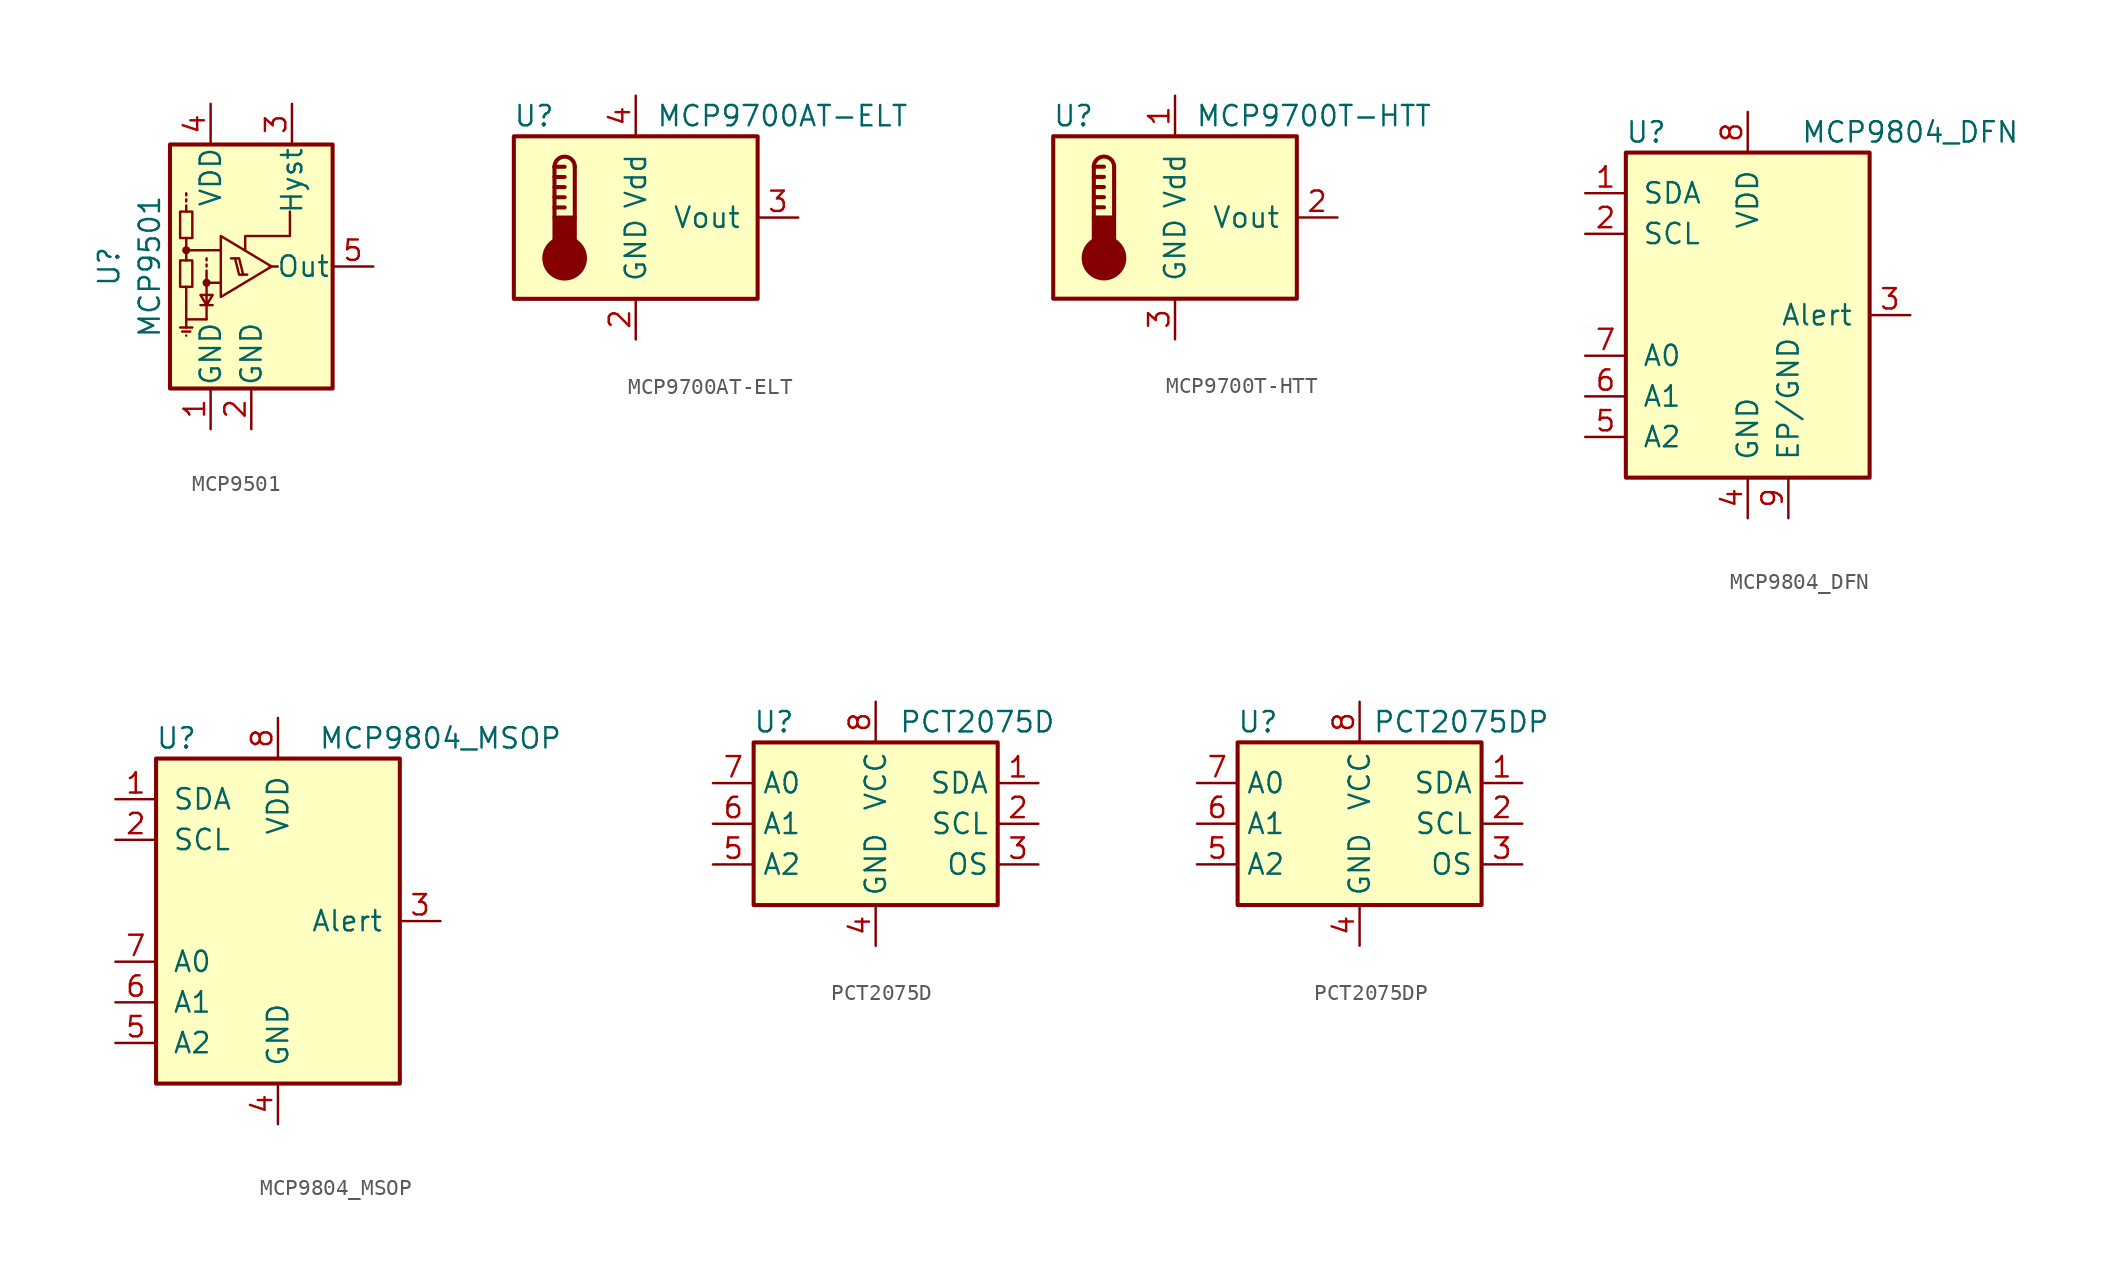
<source format=kicad_sym>
(kicad_symbol_lib
  (version 20201005)
  (generator kicad_symbol_editor)
  (symbol "MCP9501"
    (pin_names
      (offset 0.127))
    (property "Reference" "U"
      (at -6.35 0 90)
      (effects (font (size 1.27 1.27))))
    (property "Value" "MCP9501"
      (at -3.81 0 90)
      (effects (font (size 1.27 1.27))))
    (symbol "MCP9501_0_1"
      (circle (center -1.524 1.016) (radius 0.178) (stroke (width 0)) (fill (type outline)))
      (circle (center -0.254 -1.016) (radius 0.178) (stroke (width 0)) (fill (type outline)))
      (rectangle (start -2.54 7.62) (end 7.62 -7.62) (stroke (width 0.254)) (fill (type background)))
      (rectangle (start -1.905 0.381) (end -1.143 -1.27) (stroke (width 0)) (fill (type none)))
      (rectangle (start -1.905 3.429) (end -1.143 1.778) (stroke (width 0)) (fill (type none)))
      (polyline (pts (xy -1.905 -3.81) (xy -1.143 -3.81)) (stroke (width 0)) (fill (type none)))
      (polyline (pts (xy -1.778 -4.064) (xy -1.27 -4.064)) (stroke (width 0)) (fill (type none)))
      (polyline (pts (xy -1.524 -4.318) (xy -1.524 -4.318)) (stroke (width 0)) (fill (type none)))
      (polyline (pts (xy -1.524 -3.302) (xy -1.524 -3.81)) (stroke (width 0)) (fill (type none)))
      (polyline (pts (xy -1.524 1.016) (xy -1.524 0.381)) (stroke (width 0)) (fill (type none)))
      (polyline (pts (xy -1.524 3.429) (xy -1.524 3.81)) (stroke (width 0)) (fill (type none)))
      (polyline (pts (xy -1.524 4.064) (xy -1.524 4.191)) (stroke (width 0)) (fill (type none)))
      (polyline (pts (xy -1.524 4.445) (xy -1.524 4.572)) (stroke (width 0)) (fill (type none)))
      (polyline (pts (xy -0.635 -2.413) (xy 0.127 -2.413)) (stroke (width 0)) (fill (type none)))
      (polyline (pts (xy -0.254 0) (xy -0.254 0.127)) (stroke (width 0)) (fill (type none)))
      (polyline (pts (xy -0.254 0.381) (xy -0.254 0.508)) (stroke (width 0)) (fill (type none)))
      (polyline (pts (xy 3.683 0) (xy 4.191 0)) (stroke (width 0)) (fill (type none)))
      (polyline (pts (xy -1.524 -1.27) (xy -1.524 -3.302) (xy -0.254 -3.302)) (stroke (width 0)) (fill (type none)))
      (polyline (pts (xy -0.254 -1.016) (xy -0.254 -0.381) (xy -0.254 -0.254)) (stroke (width 0)) (fill (type none)))
      (polyline (pts (xy 0.635 -1.016) (xy -0.254 -1.016) (xy -0.254 -3.302)) (stroke (width 0)) (fill (type none)))
      (polyline (pts (xy 0.635 1.016) (xy -1.524 1.016) (xy -1.524 1.778)) (stroke (width 0)) (fill (type none)))
      (polyline (pts (xy 1.524 0.508) (xy 1.778 -0.508) (xy 2.032 -0.508)) (stroke (width 0)) (fill (type none)))
      (polyline (pts (xy 0.127 -1.778) (xy -0.635 -1.778) (xy -0.254 -2.413) (xy 0.127 -1.778)) (stroke (width 0)) (fill (type none)))
      (polyline (pts (xy 1.27 0.508) (xy 1.778 0.508) (xy 2.032 -0.508) (xy 2.286 -0.508)) (stroke (width 0)) (fill (type none)))
      (polyline (pts (xy 3.81 0) (xy 0.635 1.905) (xy 0.635 -1.905) (xy 3.81 0)) (stroke (width 0)) (fill (type none)))
      (polyline (pts (xy 4.953 3.429) (xy 4.953 1.905) (xy 2.159 1.905) (xy 2.159 1.016)) (stroke (width 0)) (fill (type none))))
    (symbol "MCP9501_1_1"
      (pin power_in line (at 0 -10.16 90) (length 2.54) (name "GND" (effects (font (size 1.27 1.27)))) (number "1" (effects (font (size 1.27 1.27)))))
      (pin power_in line (at 2.54 -10.16 90) (length 2.54) (name "GND" (effects (font (size 1.27 1.27)))) (number "2" (effects (font (size 1.27 1.27)))))
      (pin input line (at 5.08 10.16 270) (length 2.54) (name "Hyst" (effects (font (size 1.27 1.27)))) (number "3" (effects (font (size 1.27 1.27)))))
      (pin power_in line (at 0 10.16 270) (length 2.54) (name "VDD" (effects (font (size 1.27 1.27)))) (number "4" (effects (font (size 1.27 1.27)))))
      (pin open_collector line (at 10.16 0 180) (length 2.54) (name "Out" (effects (font (size 1.27 1.27)))) (number "5" (effects (font (size 1.27 1.27)))))))
  (symbol "MCP9700AT-ELT"
    (pin_names
      (offset 1.016))
    (property "Reference" "U"
      (at -6.35 6.35 0)
      (effects (font (size 1.27 1.27))))
    (property "Value" "MCP9700AT-ELT"
      (at 1.27 6.35 0)
      (effects (font (size 1.27 1.27)) (justify left)))
    (symbol "MCP9700AT-ELT_0_1"
      (arc (start -3.81 3.175) (end -5.08 3.175) (radius (at -4.445 3.175) (length 0.635) (angles 0.1 179.9)) (stroke (width 0.254)) (fill (type none)))
      (circle (center -4.445 -2.54) (radius 1.27) (stroke (width 0.254)) (fill (type outline)))
      (rectangle (start -7.62 5.08) (end 7.62 -5.08) (stroke (width 0.254)) (fill (type background)))
      (rectangle (start -3.81 -1.905) (end -5.08 0) (stroke (width 0.254)) (fill (type outline)))
      (polyline (pts (xy -5.08 0.635) (xy -4.445 0.635)) (stroke (width 0.254)) (fill (type none)))
      (polyline (pts (xy -5.08 1.27) (xy -4.445 1.27)) (stroke (width 0.254)) (fill (type none)))
      (polyline (pts (xy -5.08 1.905) (xy -4.445 1.905)) (stroke (width 0.254)) (fill (type none)))
      (polyline (pts (xy -5.08 2.54) (xy -4.445 2.54)) (stroke (width 0.254)) (fill (type none)))
      (polyline (pts (xy -5.08 3.175) (xy -5.08 0)) (stroke (width 0.254)) (fill (type none)))
      (polyline (pts (xy -5.08 3.175) (xy -4.445 3.175)) (stroke (width 0.254)) (fill (type none)))
      (polyline (pts (xy -3.81 3.175) (xy -3.81 0)) (stroke (width 0.254)) (fill (type none))))
    (symbol "MCP9700AT-ELT_1_1"
      (pin no_connect line (at 10.16 -2.54 180) (length 2.54) hide (name "NC" (effects (font (size 1.27 1.27)))) (number "1" (effects (font (size 1.27 1.27)))))
      (pin power_in line (at 0 -7.62 90) (length 2.54) (name "GND" (effects (font (size 1.27 1.27)))) (number "2" (effects (font (size 1.27 1.27)))))
      (pin output line (at 10.16 0 180) (length 2.54) (name "Vout" (effects (font (size 1.27 1.27)))) (number "3" (effects (font (size 1.27 1.27)))))
      (pin power_in line (at 0 7.62 270) (length 2.54) (name "Vdd" (effects (font (size 1.27 1.27)))) (number "4" (effects (font (size 1.27 1.27)))))
      (pin no_connect line (at 10.16 2.54 180) (length 2.54) hide (name "NC" (effects (font (size 1.27 1.27)))) (number "5" (effects (font (size 1.27 1.27)))))))
  (symbol "MCP9700T-HTT"
    (pin_names
      (offset 1.016))
    (property "Reference" "U"
      (at -6.35 6.35 0)
      (effects (font (size 1.27 1.27))))
    (property "Value" "MCP9700T-HTT"
      (at 1.27 6.35 0)
      (effects (font (size 1.27 1.27)) (justify left)))
    (symbol "MCP9700T-HTT_0_1"
      (arc (start -3.81 3.175) (end -5.08 3.175) (radius (at -4.445 3.175) (length 0.635) (angles 0.1 179.9)) (stroke (width 0.254)) (fill (type none)))
      (circle (center -4.445 -2.54) (radius 1.27) (stroke (width 0.254)) (fill (type outline)))
      (rectangle (start -7.62 5.08) (end 7.62 -5.08) (stroke (width 0.254)) (fill (type background)))
      (rectangle (start -3.81 -1.905) (end -5.08 0) (stroke (width 0.254)) (fill (type outline)))
      (polyline (pts (xy -5.08 0.635) (xy -4.445 0.635)) (stroke (width 0.254)) (fill (type none)))
      (polyline (pts (xy -5.08 1.27) (xy -4.445 1.27)) (stroke (width 0.254)) (fill (type none)))
      (polyline (pts (xy -5.08 1.905) (xy -4.445 1.905)) (stroke (width 0.254)) (fill (type none)))
      (polyline (pts (xy -5.08 2.54) (xy -4.445 2.54)) (stroke (width 0.254)) (fill (type none)))
      (polyline (pts (xy -5.08 3.175) (xy -5.08 0)) (stroke (width 0.254)) (fill (type none)))
      (polyline (pts (xy -5.08 3.175) (xy -4.445 3.175)) (stroke (width 0.254)) (fill (type none)))
      (polyline (pts (xy -3.81 3.175) (xy -3.81 0)) (stroke (width 0.254)) (fill (type none))))
    (symbol "MCP9700T-HTT_1_1"
      (pin power_in line (at 0 7.62 270) (length 2.54) (name "Vdd" (effects (font (size 1.27 1.27)))) (number "1" (effects (font (size 1.27 1.27)))))
      (pin output line (at 10.16 0 180) (length 2.54) (name "Vout" (effects (font (size 1.27 1.27)))) (number "2" (effects (font (size 1.27 1.27)))))
      (pin power_in line (at 0 -7.62 90) (length 2.54) (name "GND" (effects (font (size 1.27 1.27)))) (number "3" (effects (font (size 1.27 1.27)))))))
  (symbol "MCP9804_DFN"
    (pin_names
      (offset 1.016))
    (property "Reference" "U"
      (at -6.35 11.43 0)
      (effects (font (size 1.27 1.27))))
    (property "Value" "MCP9804_DFN"
      (at 10.16 11.43 0)
      (effects (font (size 1.27 1.27))))
    (symbol "MCP9804_DFN_0_1"
      (rectangle (start -7.62 10.16) (end 7.62 -10.16) (stroke (width 0.254)) (fill (type background))))
    (symbol "MCP9804_DFN_1_1"
      (pin bidirectional line (at -10.16 7.62 0) (length 2.54) (name "SDA" (effects (font (size 1.27 1.27)))) (number "1" (effects (font (size 1.27 1.27)))))
      (pin input line (at -10.16 5.08 0) (length 2.54) (name "SCL" (effects (font (size 1.27 1.27)))) (number "2" (effects (font (size 1.27 1.27)))))
      (pin output line (at 10.16 0 180) (length 2.54) (name "Alert" (effects (font (size 1.27 1.27)))) (number "3" (effects (font (size 1.27 1.27)))))
      (pin power_in line (at 0 -12.7 90) (length 2.54) (name "GND" (effects (font (size 1.27 1.27)))) (number "4" (effects (font (size 1.27 1.27)))))
      (pin input line (at -10.16 -7.62 0) (length 2.54) (name "A2" (effects (font (size 1.27 1.27)))) (number "5" (effects (font (size 1.27 1.27)))))
      (pin input line (at -10.16 -5.08 0) (length 2.54) (name "A1" (effects (font (size 1.27 1.27)))) (number "6" (effects (font (size 1.27 1.27)))))
      (pin input line (at -10.16 -2.54 0) (length 2.54) (name "A0" (effects (font (size 1.27 1.27)))) (number "7" (effects (font (size 1.27 1.27)))))
      (pin power_in line (at 0 12.7 270) (length 2.54) (name "VDD" (effects (font (size 1.27 1.27)))) (number "8" (effects (font (size 1.27 1.27)))))
      (pin power_in line (at 2.54 -12.7 90) (length 2.54) (name "EP/GND" (effects (font (size 1.27 1.27)))) (number "9" (effects (font (size 1.27 1.27)))))))
  (symbol "MCP9804_MSOP"
    (pin_names
      (offset 1.016))
    (property "Reference" "U"
      (at -6.35 11.43 0)
      (effects (font (size 1.27 1.27))))
    (property "Value" "MCP9804_MSOP"
      (at 10.16 11.43 0)
      (effects (font (size 1.27 1.27))))
    (symbol "MCP9804_MSOP_0_1"
      (rectangle (start -7.62 10.16) (end 7.62 -10.16) (stroke (width 0.254)) (fill (type background))))
    (symbol "MCP9804_MSOP_1_1"
      (pin bidirectional line (at -10.16 7.62 0) (length 2.54) (name "SDA" (effects (font (size 1.27 1.27)))) (number "1" (effects (font (size 1.27 1.27)))))
      (pin input line (at -10.16 5.08 0) (length 2.54) (name "SCL" (effects (font (size 1.27 1.27)))) (number "2" (effects (font (size 1.27 1.27)))))
      (pin output line (at 10.16 0 180) (length 2.54) (name "Alert" (effects (font (size 1.27 1.27)))) (number "3" (effects (font (size 1.27 1.27)))))
      (pin power_in line (at 0 -12.7 90) (length 2.54) (name "GND" (effects (font (size 1.27 1.27)))) (number "4" (effects (font (size 1.27 1.27)))))
      (pin input line (at -10.16 -7.62 0) (length 2.54) (name "A2" (effects (font (size 1.27 1.27)))) (number "5" (effects (font (size 1.27 1.27)))))
      (pin input line (at -10.16 -5.08 0) (length 2.54) (name "A1" (effects (font (size 1.27 1.27)))) (number "6" (effects (font (size 1.27 1.27)))))
      (pin input line (at -10.16 -2.54 0) (length 2.54) (name "A0" (effects (font (size 1.27 1.27)))) (number "7" (effects (font (size 1.27 1.27)))))
      (pin power_in line (at 0 12.7 270) (length 2.54) (name "VDD" (effects (font (size 1.27 1.27)))) (number "8" (effects (font (size 1.27 1.27)))))))
  (symbol "PCT2075D"
    (property "Reference" "U"
      (at -6.35 6.35 0)
      (effects (font (size 1.27 1.27))))
    (property "Value" "PCT2075D"
      (at 6.35 6.35 0)
      (effects (font (size 1.27 1.27))))
    (symbol "PCT2075D_0_1"
      (rectangle (start -7.62 5.08) (end 7.62 -5.08) (stroke (width 0.254)) (fill (type background))))
    (symbol "PCT2075D_1_1"
      (pin bidirectional line (at 10.16 2.54 180) (length 2.54) (name "SDA" (effects (font (size 1.27 1.27)))) (number "1" (effects (font (size 1.27 1.27)))))
      (pin input line (at 10.16 0 180) (length 2.54) (name "SCL" (effects (font (size 1.27 1.27)))) (number "2" (effects (font (size 1.27 1.27)))))
      (pin open_collector line (at 10.16 -2.54 180) (length 2.54) (name "OS" (effects (font (size 1.27 1.27)))) (number "3" (effects (font (size 1.27 1.27)))))
      (pin power_in line (at 0 -7.62 90) (length 2.54) (name "GND" (effects (font (size 1.27 1.27)))) (number "4" (effects (font (size 1.27 1.27)))))
      (pin input line (at -10.16 -2.54 0) (length 2.54) (name "A2" (effects (font (size 1.27 1.27)))) (number "5" (effects (font (size 1.27 1.27)))))
      (pin input line (at -10.16 0 0) (length 2.54) (name "A1" (effects (font (size 1.27 1.27)))) (number "6" (effects (font (size 1.27 1.27)))))
      (pin input line (at -10.16 2.54 0) (length 2.54) (name "A0" (effects (font (size 1.27 1.27)))) (number "7" (effects (font (size 1.27 1.27)))))
      (pin power_in line (at 0 7.62 270) (length 2.54) (name "VCC" (effects (font (size 1.27 1.27)))) (number "8" (effects (font (size 1.27 1.27)))))))
  (symbol "PCT2075DP"
    (property "Reference" "U"
      (at -6.35 6.35 0)
      (effects (font (size 1.27 1.27))))
    (property "Value" "PCT2075DP"
      (at 6.35 6.35 0)
      (effects (font (size 1.27 1.27))))
    (symbol "PCT2075DP_0_1"
      (rectangle (start -7.62 5.08) (end 7.62 -5.08) (stroke (width 0.254)) (fill (type background))))
    (symbol "PCT2075DP_1_1"
      (pin bidirectional line (at 10.16 2.54 180) (length 2.54) (name "SDA" (effects (font (size 1.27 1.27)))) (number "1" (effects (font (size 1.27 1.27)))))
      (pin input line (at 10.16 0 180) (length 2.54) (name "SCL" (effects (font (size 1.27 1.27)))) (number "2" (effects (font (size 1.27 1.27)))))
      (pin open_collector line (at 10.16 -2.54 180) (length 2.54) (name "OS" (effects (font (size 1.27 1.27)))) (number "3" (effects (font (size 1.27 1.27)))))
      (pin power_in line (at 0 -7.62 90) (length 2.54) (name "GND" (effects (font (size 1.27 1.27)))) (number "4" (effects (font (size 1.27 1.27)))))
      (pin input line (at -10.16 -2.54 0) (length 2.54) (name "A2" (effects (font (size 1.27 1.27)))) (number "5" (effects (font (size 1.27 1.27)))))
      (pin input line (at -10.16 0 0) (length 2.54) (name "A1" (effects (font (size 1.27 1.27)))) (number "6" (effects (font (size 1.27 1.27)))))
      (pin input line (at -10.16 2.54 0) (length 2.54) (name "A0" (effects (font (size 1.27 1.27)))) (number "7" (effects (font (size 1.27 1.27)))))
      (pin power_in line (at 0 7.62 270) (length 2.54) (name "VCC" (effects (font (size 1.27 1.27)))) (number "8" (effects (font (size 1.27 1.27))))))))
</source>
